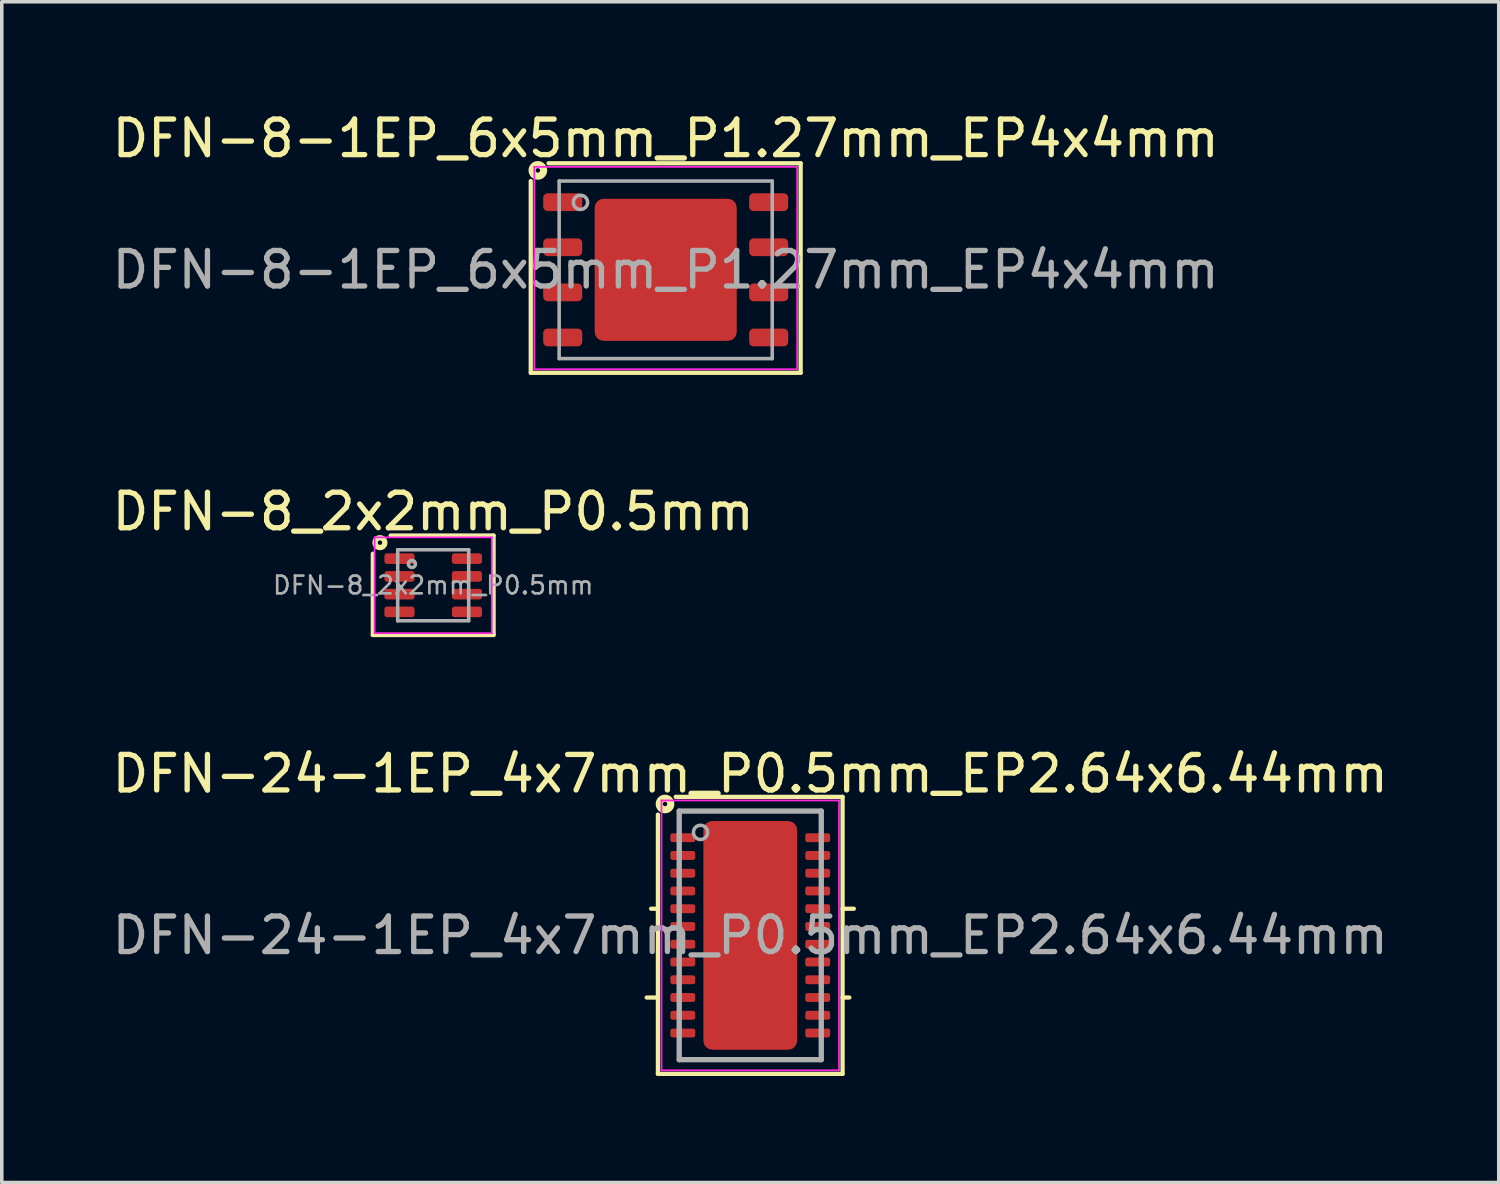
<source format=kicad_pcb>
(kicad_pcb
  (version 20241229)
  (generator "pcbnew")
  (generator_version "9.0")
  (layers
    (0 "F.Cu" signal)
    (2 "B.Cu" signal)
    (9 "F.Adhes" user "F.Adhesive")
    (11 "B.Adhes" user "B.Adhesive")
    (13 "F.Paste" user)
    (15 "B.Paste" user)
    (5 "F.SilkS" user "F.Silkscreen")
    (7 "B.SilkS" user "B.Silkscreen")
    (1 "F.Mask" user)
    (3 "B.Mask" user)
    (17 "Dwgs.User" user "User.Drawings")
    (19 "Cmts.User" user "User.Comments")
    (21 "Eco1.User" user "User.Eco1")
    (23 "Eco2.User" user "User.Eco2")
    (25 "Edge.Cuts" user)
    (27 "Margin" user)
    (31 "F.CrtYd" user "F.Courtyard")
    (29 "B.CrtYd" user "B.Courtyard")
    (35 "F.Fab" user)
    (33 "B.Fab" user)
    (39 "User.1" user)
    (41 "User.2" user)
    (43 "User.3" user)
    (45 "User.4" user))
  (footprint "DFN-24-1EP_4x7mm_P0.5mm_EP2.64x6.44mm"
    (layer "F.Cu")
    (at 18.077 23.29)
    (property "Reference" "DFN-24-1EP_4x7mm_P0.5mm_EP2.64x6.44mm" (at 0 -4.55 0) (layer "F.SilkS") (effects (font (size 1 1) (thickness 0.15))))
    (attr smd)
    (fp_line (start -2.6 -0.75) (end -2.791 -0.75) (stroke (width 0.12) (type solid)) (layer "F.SilkS"))
    (fp_line (start -2.6 1.75) (end -2.917 1.75) (stroke (width 0.12) (type solid)) (layer "F.SilkS"))
    (fp_line (start -2.6 3.9) (end -2.6 -3.4) (stroke (width 0.12) (type solid)) (layer "F.SilkS"))
    (fp_line (start -2.1 -3.9) (end 2.6 -3.9) (stroke (width 0.12) (type solid)) (layer "F.SilkS"))
    (fp_line (start 2.6 -3.9) (end 2.6 3.9) (stroke (width 0.12) (type solid)) (layer "F.SilkS"))
    (fp_line (start 2.6 -0.75) (end 2.917 -0.75) (stroke (width 0.12) (type solid)) (layer "F.SilkS"))
    (fp_line (start 2.6 1.75) (end 2.791 1.75) (stroke (width 0.12) (type solid)) (layer "F.SilkS"))
    (fp_line (start 2.6 3.9) (end -2.6 3.9) (stroke (width 0.12) (type solid)) (layer "F.SilkS"))
    (fp_circle (center -2.4 -3.7) (end -2.337 -3.7) (stroke (width 0.2) (type solid)) (fill no) (layer "F.SilkS"))
    (fp_line (start -2.5 -3.8) (end -2.5 3.8) (stroke (width 0.05) (type solid)) (layer "F.CrtYd"))
    (fp_line (start -2.5 -3.8) (end 2.5 -3.8) (stroke (width 0.05) (type solid)) (layer "F.CrtYd"))
    (fp_line (start -2.5 3.8) (end 2.5 3.8) (stroke (width 0.05) (type solid)) (layer "F.CrtYd"))
    (fp_line (start 2.5 -3.8) (end 2.5 3.8) (stroke (width 0.05) (type solid)) (layer "F.CrtYd"))
    (fp_line (start -2 -3.5) (end 2 -3.5) (stroke (width 0.15) (type solid)) (layer "F.Fab"))
    (fp_line (start -2 3.5) (end -2 -3.5) (stroke (width 0.15) (type solid)) (layer "F.Fab"))
    (fp_line (start 2 -3.5) (end 2 3.5) (stroke (width 0.15) (type solid)) (layer "F.Fab"))
    (fp_line (start 2 3.5) (end -2 3.5) (stroke (width 0.15) (type solid)) (layer "F.Fab"))
    (fp_circle (center -1.4 -2.9) (end -1.2 -2.9) (stroke (width 0.1) (type solid)) (fill no) (layer "F.Fab"))
    (fp_text user "${REFERENCE}" (at 0 0 0) (layer "F.Fab") (effects (font (size 1 1) (thickness 0.15))))
    (pad "" smd roundrect (at -0.66 -2.56) (size 1.05 1.05) (layers "F.Paste") (roundrect_rratio 0.238))
    (pad "" smd roundrect (at -0.66 -1.28) (size 1.05 1.05) (layers "F.Paste") (roundrect_rratio 0.238))
    (pad "" smd roundrect (at -0.66 0) (size 1.05 1.05) (layers "F.Paste") (roundrect_rratio 0.238))
    (pad "" smd roundrect (at -0.66 1.28) (size 1.05 1.05) (layers "F.Paste") (roundrect_rratio 0.238))
    (pad "" smd roundrect (at -0.66 2.56) (size 1.05 1.05) (layers "F.Paste") (roundrect_rratio 0.238))
    (pad "" smd roundrect (at 0.66 -2.56) (size 1.05 1.05) (layers "F.Paste") (roundrect_rratio 0.238))
    (pad "" smd roundrect (at 0.66 -1.28) (size 1.05 1.05) (layers "F.Paste") (roundrect_rratio 0.238))
    (pad "" smd roundrect (at 0.66 0) (size 1.05 1.05) (layers "F.Paste") (roundrect_rratio 0.238))
    (pad "" smd roundrect (at 0.66 1.28) (size 1.05 1.05) (layers "F.Paste") (roundrect_rratio 0.238))
    (pad "" smd roundrect (at 0.66 2.56) (size 1.05 1.05) (layers "F.Paste") (roundrect_rratio 0.238))
    (pad "1" smd roundrect (at -1.9 -2.75) (size 0.7 0.25) (layers "F.Cu" "F.Mask" "F.Paste") (roundrect_rratio 0.25))
    (pad "2" smd roundrect (at -1.9 -2.25) (size 0.7 0.25) (layers "F.Cu" "F.Mask" "F.Paste") (roundrect_rratio 0.25))
    (pad "3" smd roundrect (at -1.9 -1.75) (size 0.7 0.25) (layers "F.Cu" "F.Mask" "F.Paste") (roundrect_rratio 0.25))
    (pad "4" smd roundrect (at -1.9 -1.25) (size 0.7 0.25) (layers "F.Cu" "F.Mask" "F.Paste") (roundrect_rratio 0.25))
    (pad "5" smd roundrect (at -1.9 -0.75) (size 0.7 0.25) (layers "F.Cu" "F.Mask" "F.Paste") (roundrect_rratio 0.25))
    (pad "6" smd roundrect (at -1.9 -0.25) (size 0.7 0.25) (layers "F.Cu" "F.Mask" "F.Paste") (roundrect_rratio 0.25))
    (pad "7" smd roundrect (at -1.9 0.25) (size 0.7 0.25) (layers "F.Cu" "F.Mask" "F.Paste") (roundrect_rratio 0.25))
    (pad "8" smd roundrect (at -1.9 0.75) (size 0.7 0.25) (layers "F.Cu" "F.Mask" "F.Paste") (roundrect_rratio 0.25))
    (pad "9" smd roundrect (at -1.9 1.25) (size 0.7 0.25) (layers "F.Cu" "F.Mask" "F.Paste") (roundrect_rratio 0.25))
    (pad "10" smd roundrect (at -1.9 1.75) (size 0.7 0.25) (layers "F.Cu" "F.Mask" "F.Paste") (roundrect_rratio 0.25))
    (pad "11" smd roundrect (at -1.9 2.25) (size 0.7 0.25) (layers "F.Cu" "F.Mask" "F.Paste") (roundrect_rratio 0.25))
    (pad "12" smd roundrect (at -1.9 2.75) (size 0.7 0.25) (layers "F.Cu" "F.Mask" "F.Paste") (roundrect_rratio 0.25))
    (pad "13" smd roundrect (at 1.9 2.75) (size 0.7 0.25) (layers "F.Cu" "F.Mask" "F.Paste") (roundrect_rratio 0.25))
    (pad "14" smd roundrect (at 1.9 2.25) (size 0.7 0.25) (layers "F.Cu" "F.Mask" "F.Paste") (roundrect_rratio 0.25))
    (pad "15" smd roundrect (at 1.9 1.75) (size 0.7 0.25) (layers "F.Cu" "F.Mask" "F.Paste") (roundrect_rratio 0.25))
    (pad "16" smd roundrect (at 1.9 1.25) (size 0.7 0.25) (layers "F.Cu" "F.Mask" "F.Paste") (roundrect_rratio 0.25))
    (pad "17" smd roundrect (at 1.9 0.75) (size 0.7 0.25) (layers "F.Cu" "F.Mask" "F.Paste") (roundrect_rratio 0.25))
    (pad "18" smd roundrect (at 1.9 0.25) (size 0.7 0.25) (layers "F.Cu" "F.Mask" "F.Paste") (roundrect_rratio 0.25))
    (pad "19" smd roundrect (at 1.9 -0.25) (size 0.7 0.25) (layers "F.Cu" "F.Mask" "F.Paste") (roundrect_rratio 0.25))
    (pad "20" smd roundrect (at 1.9 -0.75) (size 0.7 0.25) (layers "F.Cu" "F.Mask" "F.Paste") (roundrect_rratio 0.25))
    (pad "21" smd roundrect (at 1.9 -1.25) (size 0.7 0.25) (layers "F.Cu" "F.Mask" "F.Paste") (roundrect_rratio 0.25))
    (pad "22" smd roundrect (at 1.9 -1.75) (size 0.7 0.25) (layers "F.Cu" "F.Mask" "F.Paste") (roundrect_rratio 0.25))
    (pad "23" smd roundrect (at 1.9 -2.25) (size 0.7 0.25) (layers "F.Cu" "F.Mask" "F.Paste") (roundrect_rratio 0.25))
    (pad "24" smd roundrect (at 1.9 -2.75) (size 0.7 0.25) (layers "F.Cu" "F.Mask" "F.Paste") (roundrect_rratio 0.25))
    (pad "25" smd roundrect (at 0 0) (size 2.64 6.44) (layers "F.Cu" "F.Mask") (roundrect_rratio 0.095)))
  (footprint "DFN-8_2x2mm_P0.5mm"
    (layer "F.Cu")
    (at 9.149 13.431)
    (property "Reference" "DFN-8_2x2mm_P0.5mm" (at 0 -2.075 0) (layer "F.SilkS") (effects (font (size 1 1) (thickness 0.15))))
    (attr smd)
    (fp_line (start -1.7 1.4) (end -1.7 -0.889) (stroke (width 0.12) (type solid)) (layer "F.SilkS"))
    (fp_line (start -1.2 -1.4) (end 1.7 -1.4) (stroke (width 0.12) (type solid)) (layer "F.SilkS"))
    (fp_line (start 1.7 -1.4) (end 1.7 1.4) (stroke (width 0.12) (type solid)) (layer "F.SilkS"))
    (fp_line (start 1.7 1.4) (end -1.7 1.4) (stroke (width 0.12) (type solid)) (layer "F.SilkS"))
    (fp_circle (center -1.5 -1.2) (end -1.437 -1.2) (stroke (width 0.15) (type solid)) (fill no) (layer "F.SilkS"))
    (fp_line (start -1.65 -1.35) (end -1.65 1.35) (stroke (width 0.05) (type solid)) (layer "F.CrtYd"))
    (fp_line (start -1.65 -1.35) (end 1.65 -1.35) (stroke (width 0.05) (type solid)) (layer "F.CrtYd"))
    (fp_line (start -1.65 1.35) (end 1.65 1.35) (stroke (width 0.05) (type solid)) (layer "F.CrtYd"))
    (fp_line (start 1.65 -1.35) (end 1.65 1.35) (stroke (width 0.05) (type solid)) (layer "F.CrtYd"))
    (fp_line (start -1 -1) (end 1 -1) (stroke (width 0.1) (type solid)) (layer "F.Fab"))
    (fp_line (start -1 1) (end -1 -1) (stroke (width 0.1) (type solid)) (layer "F.Fab"))
    (fp_line (start 1 -1) (end 1 1) (stroke (width 0.1) (type solid)) (layer "F.Fab"))
    (fp_line (start 1 1) (end -1 1) (stroke (width 0.1) (type solid)) (layer "F.Fab"))
    (fp_circle (center -0.6 -0.6) (end -0.5 -0.6) (stroke (width 0.1) (type solid)) (fill no) (layer "F.Fab"))
    (fp_text user "${REFERENCE}" (at 0 0 0) (layer "F.Fab") (effects (font (size 0.5 0.5) (thickness 0.075))))
    (pad "1" smd roundrect (at -0.95 -0.75) (size 0.85 0.3) (layers "F.Cu" "F.Mask" "F.Paste") (roundrect_rratio 0.25))
    (pad "2" smd roundrect (at -0.95 -0.25) (size 0.85 0.3) (layers "F.Cu" "F.Mask" "F.Paste") (roundrect_rratio 0.25))
    (pad "3" smd roundrect (at -0.95 0.25) (size 0.85 0.3) (layers "F.Cu" "F.Mask" "F.Paste") (roundrect_rratio 0.25))
    (pad "4" smd roundrect (at -0.95 0.75) (size 0.85 0.3) (layers "F.Cu" "F.Mask" "F.Paste") (roundrect_rratio 0.25))
    (pad "5" smd roundrect (at 0.95 0.75) (size 0.85 0.3) (layers "F.Cu" "F.Mask" "F.Paste") (roundrect_rratio 0.25))
    (pad "6" smd roundrect (at 0.95 0.25) (size 0.85 0.3) (layers "F.Cu" "F.Mask" "F.Paste") (roundrect_rratio 0.25))
    (pad "7" smd roundrect (at 0.95 -0.25) (size 0.85 0.3) (layers "F.Cu" "F.Mask" "F.Paste") (roundrect_rratio 0.25))
    (pad "8" smd roundrect (at 0.95 -0.75) (size 0.85 0.3) (layers "F.Cu" "F.Mask" "F.Paste") (roundrect_rratio 0.25)))
  (footprint "DFN-8-1EP_6x5mm_P1.27mm_EP4x4mm"
    (layer "F.Cu")
    (at 15.696 4.548)
    (property "Reference" "DFN-8-1EP_6x5mm_P1.27mm_EP4x4mm" (at 0 -3.7 0) (layer "F.SilkS") (effects (font (size 1 1) (thickness 0.15))))
    (attr smd)
    (fp_line (start -3.8 2.9) (end -3.8 -2.5) (stroke (width 0.12) (type solid)) (layer "F.SilkS"))
    (fp_line (start -3.3 -3) (end 3.8 -3) (stroke (width 0.12) (type solid)) (layer "F.SilkS"))
    (fp_line (start 3.8 -3) (end 3.8 2.9) (stroke (width 0.12) (type solid)) (layer "F.SilkS"))
    (fp_line (start 3.8 2.9) (end -3.8 2.9) (stroke (width 0.12) (type solid)) (layer "F.SilkS"))
    (fp_circle (center -3.6 -2.8) (end -3.537 -2.8) (stroke (width 0.2) (type solid)) (fill no) (layer "F.SilkS"))
    (fp_line (start -3.7 -2.9) (end 3.7 -2.9) (stroke (width 0.05) (type solid)) (layer "F.CrtYd"))
    (fp_line (start -3.7 2.8) (end -3.7 -2.9) (stroke (width 0.05) (type solid)) (layer "F.CrtYd"))
    (fp_line (start 3.7 -2.9) (end 3.7 2.8) (stroke (width 0.05) (type solid)) (layer "F.CrtYd"))
    (fp_line (start 3.7 2.8) (end -3.7 2.8) (stroke (width 0.05) (type solid)) (layer "F.CrtYd"))
    (fp_line (start -3 -2.5) (end 3 -2.5) (stroke (width 0.1) (type solid)) (layer "F.Fab"))
    (fp_line (start -3 2.5) (end -3 -2.5) (stroke (width 0.1) (type solid)) (layer "F.Fab"))
    (fp_line (start 3 -2.5) (end 3 2.5) (stroke (width 0.1) (type solid)) (layer "F.Fab"))
    (fp_line (start 3 2.5) (end -3 2.5) (stroke (width 0.1) (type solid)) (layer "F.Fab"))
    (fp_circle (center -2.4 -1.9) (end -2.2 -1.9) (stroke (width 0.1) (type solid)) (fill no) (layer "F.Fab"))
    (fp_text user "${REFERENCE}" (at 0 0 0) (layer "F.Fab") (effects (font (size 1 1) (thickness 0.15))))
    (pad "" smd roundrect (at -1.5 -1.5 270) (size 0.8 0.8) (layers "F.Paste") (roundrect_rratio 0.25))
    (pad "" smd roundrect (at -1.5 -0.5 270) (size 0.8 0.8) (layers "F.Paste") (roundrect_rratio 0.25))
    (pad "" smd roundrect (at -1.5 0.5 270) (size 0.8 0.8) (layers "F.Paste") (roundrect_rratio 0.25))
    (pad "" smd roundrect (at -1.5 1.5 270) (size 0.8 0.8) (layers "F.Paste") (roundrect_rratio 0.25))
    (pad "" smd roundrect (at -0.5 -1.5 270) (size 0.8 0.8) (layers "F.Paste") (roundrect_rratio 0.25))
    (pad "" smd roundrect (at -0.5 -0.5 270) (size 0.8 0.8) (layers "F.Paste") (roundrect_rratio 0.25))
    (pad "" smd roundrect (at -0.5 0.5 270) (size 0.8 0.8) (layers "F.Paste") (roundrect_rratio 0.25))
    (pad "" smd roundrect (at -0.5 1.5 270) (size 0.8 0.8) (layers "F.Paste") (roundrect_rratio 0.25))
    (pad "" smd roundrect (at 0.5 -1.5 270) (size 0.8 0.8) (layers "F.Paste") (roundrect_rratio 0.25))
    (pad "" smd roundrect (at 0.5 -0.5 270) (size 0.8 0.8) (layers "F.Paste") (roundrect_rratio 0.25))
    (pad "" smd roundrect (at 0.5 0.5 270) (size 0.8 0.8) (layers "F.Paste") (roundrect_rratio 0.25))
    (pad "" smd roundrect (at 0.5 1.5 270) (size 0.8 0.8) (layers "F.Paste") (roundrect_rratio 0.25))
    (pad "" smd roundrect (at 1.5 -1.5 270) (size 0.8 0.8) (layers "F.Paste") (roundrect_rratio 0.25))
    (pad "" smd roundrect (at 1.5 -0.5 270) (size 0.8 0.8) (layers "F.Paste") (roundrect_rratio 0.25))
    (pad "" smd roundrect (at 1.5 0.5 270) (size 0.8 0.8) (layers "F.Paste") (roundrect_rratio 0.25))
    (pad "" smd roundrect (at 1.5 1.5 270) (size 0.8 0.8) (layers "F.Paste") (roundrect_rratio 0.25))
    (pad "1" smd roundrect (at -2.9 -1.905 270) (size 0.5 1.1) (layers "F.Cu" "F.Mask" "F.Paste") (roundrect_rratio 0.25))
    (pad "2" smd roundrect (at -2.9 -0.635 270) (size 0.5 1.1) (layers "F.Cu" "F.Mask" "F.Paste") (roundrect_rratio 0.25))
    (pad "3" smd roundrect (at -2.9 0.635 270) (size 0.5 1.1) (layers "F.Cu" "F.Mask" "F.Paste") (roundrect_rratio 0.25))
    (pad "4" smd roundrect (at -2.9 1.905 270) (size 0.5 1.1) (layers "F.Cu" "F.Mask" "F.Paste") (roundrect_rratio 0.25))
    (pad "5" smd roundrect (at 2.9 1.905 270) (size 0.5 1.1) (layers "F.Cu" "F.Mask" "F.Paste") (roundrect_rratio 0.25))
    (pad "6" smd roundrect (at 2.9 0.635 270) (size 0.5 1.1) (layers "F.Cu" "F.Mask" "F.Paste") (roundrect_rratio 0.25))
    (pad "7" smd roundrect (at 2.9 -0.635 270) (size 0.5 1.1) (layers "F.Cu" "F.Mask" "F.Paste") (roundrect_rratio 0.25))
    (pad "8" smd roundrect (at 2.9 -1.905 270) (size 0.5 1.1) (layers "F.Cu" "F.Mask" "F.Paste") (roundrect_rratio 0.25))
    (pad "9" smd roundrect (at 0 0 270) (size 4 4) (layers "F.Cu" "F.Mask") (roundrect_rratio 0.062)))
  (gr_rect
    (start -3 -3)
    (end 39.155 30.25)
    (stroke (width 0.1) (type default))
    (fill no)
    (layer "Edge.Cuts")))
</source>
